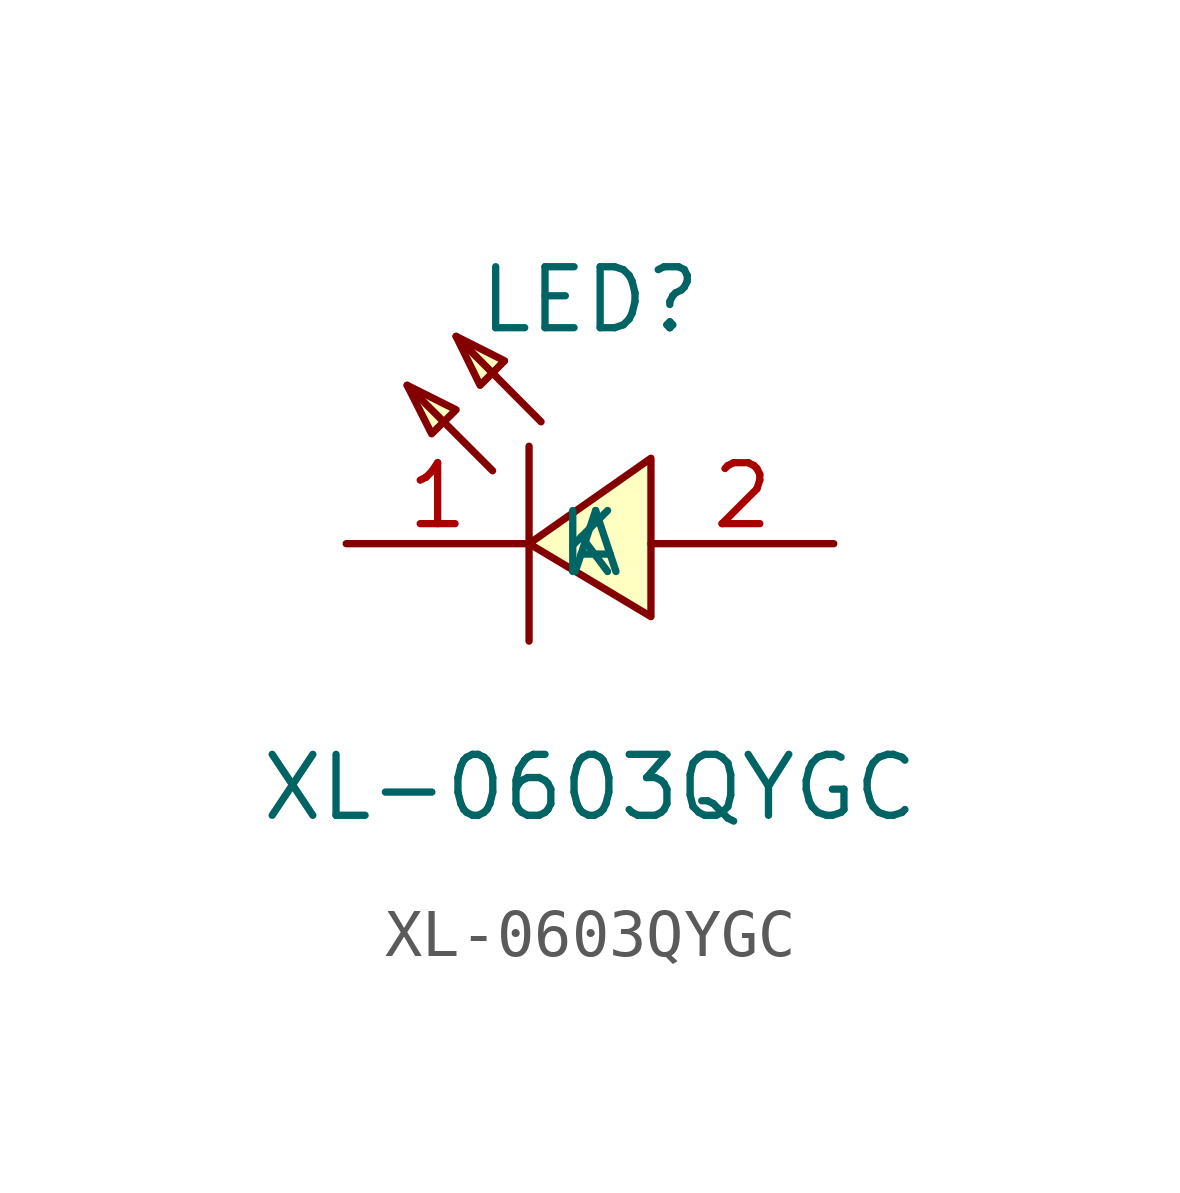
<source format=kicad_sym>
(kicad_symbol_lib
  (version 1)
  (generator "faebryk")
  (symbol "XL-0603QYGC"
    (property "Reference" "LED"
      (at 0 5.08 0)
      (effects (font (size 1.27 1.27)) (hide no)))
    (property "Value" "XL-0603QYGC"
      (at 0 -5.08 0)
      (effects (font (size 1.27 1.27)) (hide no)))
    (symbol "XL-0603QYGC_0_1"
      (polyline (stroke (width 0) (type default) (color 0 0 0 0)) (fill (type background)) (pts (xy -3.81 3.3) (xy -2.79 2.79) (xy -3.3 2.29) (xy -3.81 3.3)))
      (polyline (stroke (width 0) (type default) (color 0 0 0 0)) (fill (type background)) (pts (xy -2.79 4.32) (xy -1.78 3.81) (xy -2.29 3.3) (xy -2.79 4.32)))
      (polyline (stroke (width 0) (type default) (color 0 0 0 0)) (fill (type background)) (pts (xy 1.27 -1.52) (xy -1.27 0) (xy 1.27 1.78) (xy 1.27 -1.52)))
      (polyline (stroke (width 0) (type default) (color 0 0 0 0)) (fill (type none)) (pts (xy -2.03 1.52) (xy -3.81 3.3)))
      (polyline (stroke (width 0) (type default) (color 0 0 0 0)) (fill (type none)) (pts (xy -1.02 2.54) (xy -2.79 4.32)))
      (polyline (stroke (width 0) (type default) (color 0 0 0 0)) (fill (type none)) (pts (xy -1.27 2.03) (xy -1.27 -2.03)))
      (pin unspecified line (at -5.08 0 0) (length 3.81) (name "K" (effects (font (size 1.27 1.27)) (hide no))) (number "1" (effects (font (size 1.27 1.27)) (hide no))))
      (pin unspecified line (at 5.08 0 180) (length 3.81) (name "A" (effects (font (size 1.27 1.27)) (hide no))) (number "2" (effects (font (size 1.27 1.27)) (hide no)))))))
</source>
